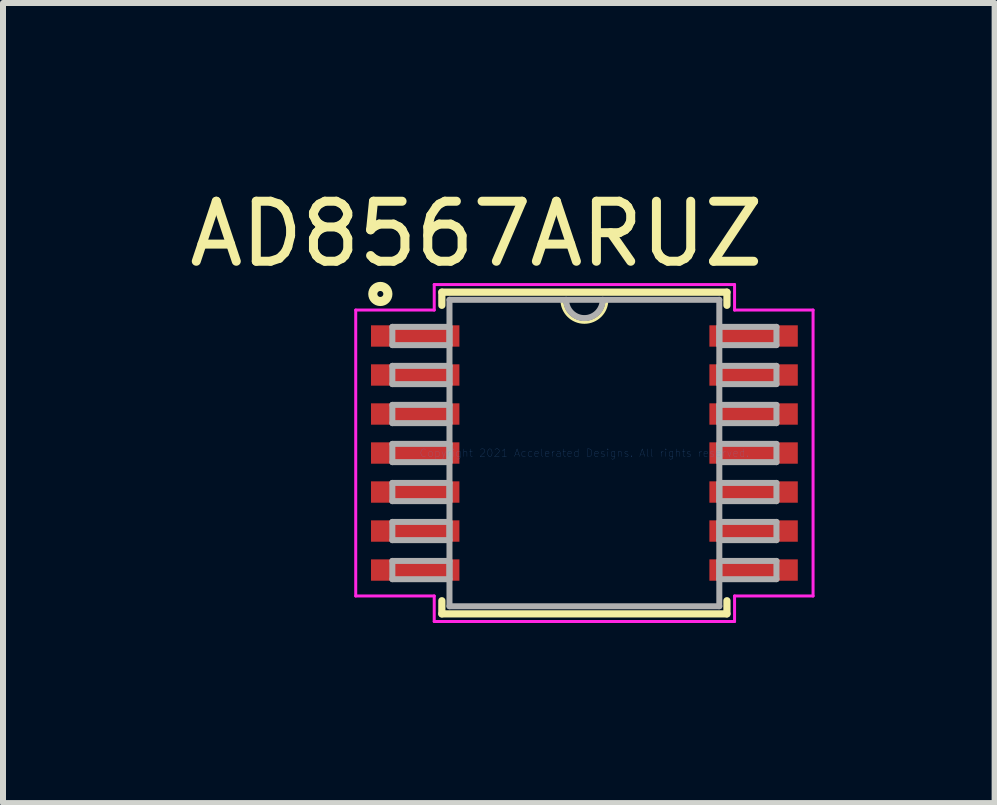
<source format=kicad_pcb>
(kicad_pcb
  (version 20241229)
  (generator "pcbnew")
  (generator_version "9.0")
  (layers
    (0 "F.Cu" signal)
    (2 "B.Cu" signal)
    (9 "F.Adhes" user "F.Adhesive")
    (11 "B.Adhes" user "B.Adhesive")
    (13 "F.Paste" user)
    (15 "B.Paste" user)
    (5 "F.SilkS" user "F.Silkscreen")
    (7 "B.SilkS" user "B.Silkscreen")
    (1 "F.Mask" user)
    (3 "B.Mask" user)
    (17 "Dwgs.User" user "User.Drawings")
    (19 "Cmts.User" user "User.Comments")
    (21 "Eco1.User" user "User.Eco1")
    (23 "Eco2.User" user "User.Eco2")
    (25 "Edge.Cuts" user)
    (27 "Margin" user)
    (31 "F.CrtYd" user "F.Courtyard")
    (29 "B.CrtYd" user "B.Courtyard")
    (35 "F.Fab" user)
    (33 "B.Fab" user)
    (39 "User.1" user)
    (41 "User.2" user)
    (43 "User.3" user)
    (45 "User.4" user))
  (footprint "AD8567ARUZ"
    (layer "F.Cu")
    (at 6.687 4.498)
    (property "Reference" "AD8567ARUZ" (at -1.8 -3.65 0) (layer "F.SilkS") (effects (font (size 1 1) (thickness 0.15))))
    (attr through_hole)
    (fp_line (start -2.375 -2.68) (end -2.375 -2.461) (stroke (width 0.12) (type solid)) (layer "F.SilkS"))
    (fp_line (start -2.375 2.461) (end -2.375 2.68) (stroke (width 0.12) (type solid)) (layer "F.SilkS"))
    (fp_line (start -2.375 2.68) (end 2.375 2.68) (stroke (width 0.12) (type solid)) (layer "F.SilkS"))
    (fp_line (start 2.375 -2.68) (end -2.375 -2.68) (stroke (width 0.12) (type solid)) (layer "F.SilkS"))
    (fp_line (start 2.375 -2.461) (end 2.375 -2.68) (stroke (width 0.12) (type solid)) (layer "F.SilkS"))
    (fp_line (start 2.375 2.68) (end 2.375 2.461) (stroke (width 0.12) (type solid)) (layer "F.SilkS"))
    (fp_arc (start 0.37465 -2.5527) (mid 0 -2.17805) (end -0.37465 -2.5527) (stroke (width 0.05) (type solid)) (layer "F.SilkS"))
    (fp_circle (center -3.4 -2.65) (end -3.4 -2.6) (stroke (width 0.12) (type solid)) (fill no) (layer "F.SilkS"))
    (fp_circle (center -3.4 -2.65) (end -3.3 -2.55) (stroke (width 0.12) (type solid)) (fill no) (layer "F.SilkS"))
    (fp_line (start -3.81 -2.382) (end -2.502 -2.382) (stroke (width 0.05) (type solid)) (layer "F.CrtYd"))
    (fp_line (start -3.81 2.382) (end -3.81 -2.382) (stroke (width 0.05) (type solid)) (layer "F.CrtYd"))
    (fp_line (start -2.502 -2.807) (end 2.502 -2.807) (stroke (width 0.05) (type solid)) (layer "F.CrtYd"))
    (fp_line (start -2.502 -2.382) (end -2.502 -2.807) (stroke (width 0.05) (type solid)) (layer "F.CrtYd"))
    (fp_line (start -2.502 2.382) (end -3.81 2.382) (stroke (width 0.05) (type solid)) (layer "F.CrtYd"))
    (fp_line (start -2.502 2.807) (end -2.502 2.382) (stroke (width 0.05) (type solid)) (layer "F.CrtYd"))
    (fp_line (start 2.502 -2.807) (end 2.502 -2.382) (stroke (width 0.05) (type solid)) (layer "F.CrtYd"))
    (fp_line (start 2.502 -2.382) (end 3.81 -2.382) (stroke (width 0.05) (type solid)) (layer "F.CrtYd"))
    (fp_line (start 2.502 2.382) (end 2.502 2.807) (stroke (width 0.05) (type solid)) (layer "F.CrtYd"))
    (fp_line (start 2.502 2.807) (end -2.502 2.807) (stroke (width 0.05) (type solid)) (layer "F.CrtYd"))
    (fp_line (start 3.81 -2.382) (end 3.81 2.382) (stroke (width 0.05) (type solid)) (layer "F.CrtYd"))
    (fp_line (start 3.81 2.382) (end 2.502 2.382) (stroke (width 0.05) (type solid)) (layer "F.CrtYd"))
    (fp_line (start -3.2 -2.102) (end -3.2 -1.798) (stroke (width 0.1) (type solid)) (layer "F.Fab"))
    (fp_line (start -3.2 -1.798) (end -2.248 -1.798) (stroke (width 0.1) (type solid)) (layer "F.Fab"))
    (fp_line (start -3.2 -1.452) (end -3.2 -1.148) (stroke (width 0.1) (type solid)) (layer "F.Fab"))
    (fp_line (start -3.2 -1.148) (end -2.248 -1.148) (stroke (width 0.1) (type solid)) (layer "F.Fab"))
    (fp_line (start -3.2 -0.802) (end -3.2 -0.498) (stroke (width 0.1) (type solid)) (layer "F.Fab"))
    (fp_line (start -3.2 -0.498) (end -2.248 -0.498) (stroke (width 0.1) (type solid)) (layer "F.Fab"))
    (fp_line (start -3.2 -0.152) (end -3.2 0.152) (stroke (width 0.1) (type solid)) (layer "F.Fab"))
    (fp_line (start -3.2 0.152) (end -2.248 0.152) (stroke (width 0.1) (type solid)) (layer "F.Fab"))
    (fp_line (start -3.2 0.498) (end -3.2 0.802) (stroke (width 0.1) (type solid)) (layer "F.Fab"))
    (fp_line (start -3.2 0.802) (end -2.248 0.802) (stroke (width 0.1) (type solid)) (layer "F.Fab"))
    (fp_line (start -3.2 1.148) (end -3.2 1.452) (stroke (width 0.1) (type solid)) (layer "F.Fab"))
    (fp_line (start -3.2 1.452) (end -2.248 1.452) (stroke (width 0.1) (type solid)) (layer "F.Fab"))
    (fp_line (start -3.2 1.798) (end -3.2 2.102) (stroke (width 0.1) (type solid)) (layer "F.Fab"))
    (fp_line (start -3.2 2.102) (end -2.248 2.102) (stroke (width 0.1) (type solid)) (layer "F.Fab"))
    (fp_line (start -2.248 -2.553) (end -2.248 2.553) (stroke (width 0.1) (type solid)) (layer "F.Fab"))
    (fp_line (start -2.248 -2.102) (end -3.2 -2.102) (stroke (width 0.1) (type solid)) (layer "F.Fab"))
    (fp_line (start -2.248 -1.798) (end -2.248 -2.102) (stroke (width 0.1) (type solid)) (layer "F.Fab"))
    (fp_line (start -2.248 -1.452) (end -3.2 -1.452) (stroke (width 0.1) (type solid)) (layer "F.Fab"))
    (fp_line (start -2.248 -1.148) (end -2.248 -1.452) (stroke (width 0.1) (type solid)) (layer "F.Fab"))
    (fp_line (start -2.248 -0.802) (end -3.2 -0.802) (stroke (width 0.1) (type solid)) (layer "F.Fab"))
    (fp_line (start -2.248 -0.498) (end -2.248 -0.802) (stroke (width 0.1) (type solid)) (layer "F.Fab"))
    (fp_line (start -2.248 -0.152) (end -3.2 -0.152) (stroke (width 0.1) (type solid)) (layer "F.Fab"))
    (fp_line (start -2.248 0.152) (end -2.248 -0.152) (stroke (width 0.1) (type solid)) (layer "F.Fab"))
    (fp_line (start -2.248 0.498) (end -3.2 0.498) (stroke (width 0.1) (type solid)) (layer "F.Fab"))
    (fp_line (start -2.248 0.802) (end -2.248 0.498) (stroke (width 0.1) (type solid)) (layer "F.Fab"))
    (fp_line (start -2.248 1.148) (end -3.2 1.148) (stroke (width 0.1) (type solid)) (layer "F.Fab"))
    (fp_line (start -2.248 1.452) (end -2.248 1.148) (stroke (width 0.1) (type solid)) (layer "F.Fab"))
    (fp_line (start -2.248 1.798) (end -3.2 1.798) (stroke (width 0.1) (type solid)) (layer "F.Fab"))
    (fp_line (start -2.248 2.102) (end -2.248 1.798) (stroke (width 0.1) (type solid)) (layer "F.Fab"))
    (fp_line (start -2.248 2.553) (end 2.248 2.553) (stroke (width 0.1) (type solid)) (layer "F.Fab"))
    (fp_line (start 2.248 -2.553) (end -2.248 -2.553) (stroke (width 0.1) (type solid)) (layer "F.Fab"))
    (fp_line (start 2.248 -2.102) (end 2.248 -1.798) (stroke (width 0.1) (type solid)) (layer "F.Fab"))
    (fp_line (start 2.248 -1.798) (end 3.2 -1.798) (stroke (width 0.1) (type solid)) (layer "F.Fab"))
    (fp_line (start 2.248 -1.452) (end 2.248 -1.148) (stroke (width 0.1) (type solid)) (layer "F.Fab"))
    (fp_line (start 2.248 -1.148) (end 3.2 -1.148) (stroke (width 0.1) (type solid)) (layer "F.Fab"))
    (fp_line (start 2.248 -0.802) (end 2.248 -0.498) (stroke (width 0.1) (type solid)) (layer "F.Fab"))
    (fp_line (start 2.248 -0.498) (end 3.2 -0.498) (stroke (width 0.1) (type solid)) (layer "F.Fab"))
    (fp_line (start 2.248 -0.152) (end 2.248 0.152) (stroke (width 0.1) (type solid)) (layer "F.Fab"))
    (fp_line (start 2.248 0.152) (end 3.2 0.152) (stroke (width 0.1) (type solid)) (layer "F.Fab"))
    (fp_line (start 2.248 0.498) (end 2.248 0.802) (stroke (width 0.1) (type solid)) (layer "F.Fab"))
    (fp_line (start 2.248 0.802) (end 3.2 0.802) (stroke (width 0.1) (type solid)) (layer "F.Fab"))
    (fp_line (start 2.248 1.148) (end 2.248 1.452) (stroke (width 0.1) (type solid)) (layer "F.Fab"))
    (fp_line (start 2.248 1.452) (end 3.2 1.452) (stroke (width 0.1) (type solid)) (layer "F.Fab"))
    (fp_line (start 2.248 1.798) (end 2.248 2.102) (stroke (width 0.1) (type solid)) (layer "F.Fab"))
    (fp_line (start 2.248 2.102) (end 3.2 2.102) (stroke (width 0.1) (type solid)) (layer "F.Fab"))
    (fp_line (start 2.248 2.553) (end 2.248 -2.553) (stroke (width 0.1) (type solid)) (layer "F.Fab"))
    (fp_line (start 3.2 -2.102) (end 2.248 -2.102) (stroke (width 0.1) (type solid)) (layer "F.Fab"))
    (fp_line (start 3.2 -1.798) (end 3.2 -2.102) (stroke (width 0.1) (type solid)) (layer "F.Fab"))
    (fp_line (start 3.2 -1.452) (end 2.248 -1.452) (stroke (width 0.1) (type solid)) (layer "F.Fab"))
    (fp_line (start 3.2 -1.148) (end 3.2 -1.452) (stroke (width 0.1) (type solid)) (layer "F.Fab"))
    (fp_line (start 3.2 -0.802) (end 2.248 -0.802) (stroke (width 0.1) (type solid)) (layer "F.Fab"))
    (fp_line (start 3.2 -0.498) (end 3.2 -0.802) (stroke (width 0.1) (type solid)) (layer "F.Fab"))
    (fp_line (start 3.2 -0.152) (end 2.248 -0.152) (stroke (width 0.1) (type solid)) (layer "F.Fab"))
    (fp_line (start 3.2 0.152) (end 3.2 -0.152) (stroke (width 0.1) (type solid)) (layer "F.Fab"))
    (fp_line (start 3.2 0.498) (end 2.248 0.498) (stroke (width 0.1) (type solid)) (layer "F.Fab"))
    (fp_line (start 3.2 0.802) (end 3.2 0.498) (stroke (width 0.1) (type solid)) (layer "F.Fab"))
    (fp_line (start 3.2 1.148) (end 2.248 1.148) (stroke (width 0.1) (type solid)) (layer "F.Fab"))
    (fp_line (start 3.2 1.452) (end 3.2 1.148) (stroke (width 0.1) (type solid)) (layer "F.Fab"))
    (fp_line (start 3.2 1.798) (end 2.248 1.798) (stroke (width 0.1) (type solid)) (layer "F.Fab"))
    (fp_line (start 3.2 2.102) (end 3.2 1.798) (stroke (width 0.1) (type solid)) (layer "F.Fab"))
    (fp_arc (start 0.3048 -2.5527) (mid 0 -2.2479) (end -0.3048 -2.5527) (stroke (width 0.1) (type solid)) (layer "F.Fab"))
    (fp_text user "Copyright 2021 Accelerated Designs. All rights reserved." (at 0 0 0) (layer "Cmts.User") (effects (font (size 0.127 0.127) (thickness 0.002))))
    (pad "1" smd rect (at -2.819 -1.95) (size 1.473 0.356) (layers "F.Cu" "F.Mask" "F.Paste"))
    (pad "2" smd rect (at -2.819 -1.3) (size 1.473 0.356) (layers "F.Cu" "F.Mask" "F.Paste"))
    (pad "3" smd rect (at -2.819 -0.65) (size 1.473 0.356) (layers "F.Cu" "F.Mask" "F.Paste"))
    (pad "4" smd rect (at -2.819 0) (size 1.473 0.356) (layers "F.Cu" "F.Mask" "F.Paste"))
    (pad "5" smd rect (at -2.819 0.65) (size 1.473 0.356) (layers "F.Cu" "F.Mask" "F.Paste"))
    (pad "6" smd rect (at -2.819 1.3) (size 1.473 0.356) (layers "F.Cu" "F.Mask" "F.Paste"))
    (pad "7" smd rect (at -2.819 1.95) (size 1.473 0.356) (layers "F.Cu" "F.Mask" "F.Paste"))
    (pad "8" smd rect (at 2.819 1.95) (size 1.473 0.356) (layers "F.Cu" "F.Mask" "F.Paste"))
    (pad "9" smd rect (at 2.819 1.3) (size 1.473 0.356) (layers "F.Cu" "F.Mask" "F.Paste"))
    (pad "10" smd rect (at 2.819 0.65) (size 1.473 0.356) (layers "F.Cu" "F.Mask" "F.Paste"))
    (pad "11" smd rect (at 2.819 0) (size 1.473 0.356) (layers "F.Cu" "F.Mask" "F.Paste"))
    (pad "12" smd rect (at 2.819 -0.65) (size 1.473 0.356) (layers "F.Cu" "F.Mask" "F.Paste"))
    (pad "13" smd rect (at 2.819 -1.3) (size 1.473 0.356) (layers "F.Cu" "F.Mask" "F.Paste"))
    (pad "14" smd rect (at 2.819 -1.95) (size 1.473 0.356) (layers "F.Cu" "F.Mask" "F.Paste")))
  (gr_rect
    (start -3 -3)
    (end 13.522 10.33)
    (stroke (width 0.1) (type default))
    (fill no)
    (layer "Edge.Cuts")))
</source>
